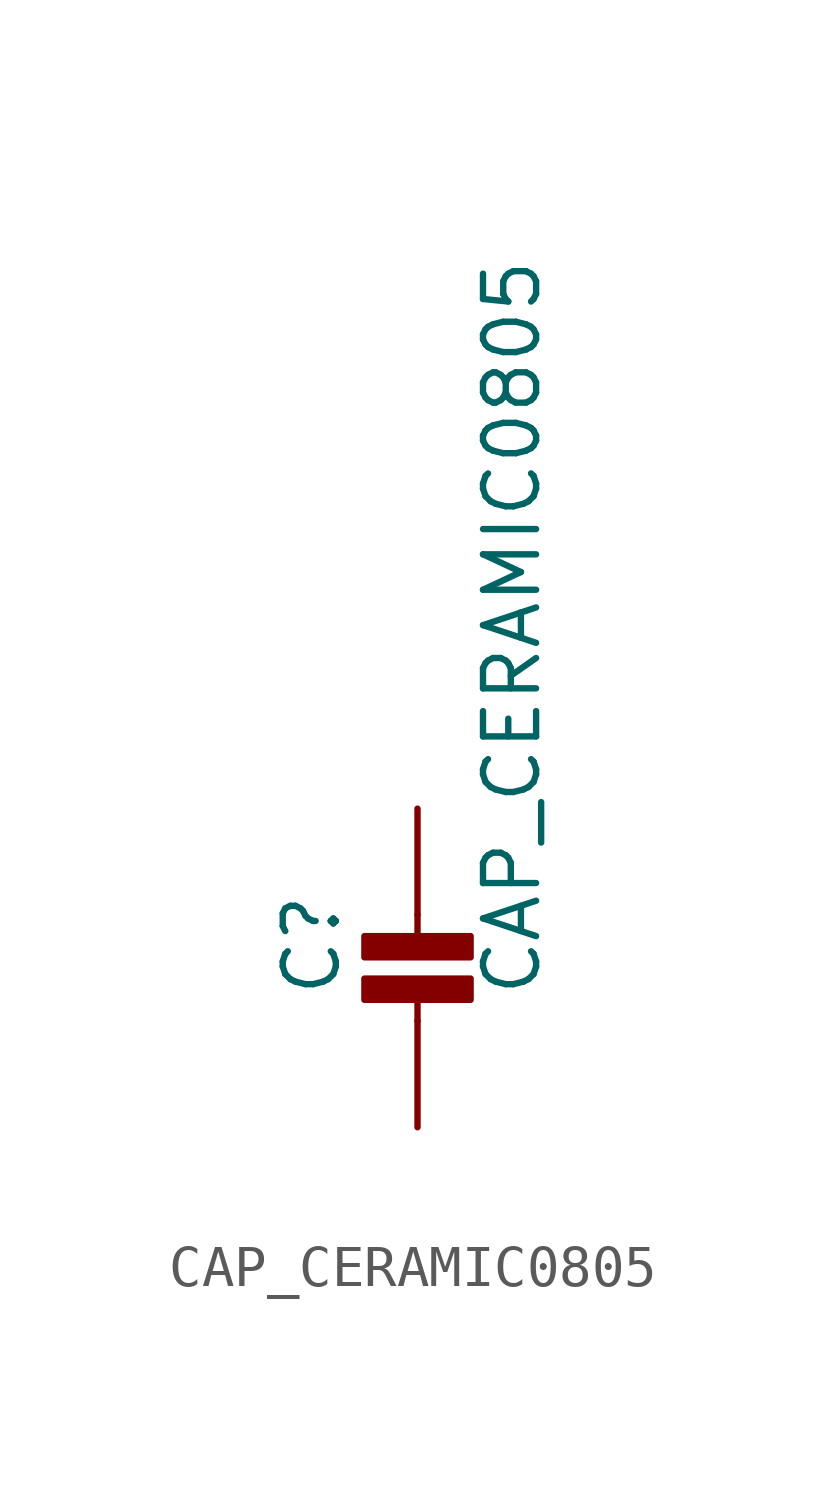
<source format=kicad_sym>
(kicad_symbol_lib
  (version 20211014)
  (generator kicad_symbol_editor)
  (symbol "CAP_CERAMIC0805"
    (property "Reference" "C"
      (at -1.79 0.54 90)
      (effects (font (size 1.27 1.27)) (justify left bottom)))
    (property "Value" "CAP_CERAMIC0805"
      (at 3 0.54 90)
      (effects (font (size 1.27 1.27)) (justify left bottom)))
    (property "ki_locked" ""
      (at 0 0 0)
      (effects (font (size 1.27 1.27))))
    (symbol "CAP_CERAMIC0805_1_0"
      (rectangle (start -1.27 0.508) (end 1.27 1.016) (stroke (width 0) (type default) (color 0 0 0 0)) (fill (type outline)))
      (rectangle (start -1.27 1.524) (end 1.27 2.032) (stroke (width 0) (type default) (color 0 0 0 0)) (fill (type outline)))
      (polyline (pts (xy 0 0.762) (xy 0 0)) (stroke (width 0.152) (type default) (color 0 0 0 0)) (fill (type none)))
      (polyline (pts (xy 0 2.54) (xy 0 1.778)) (stroke (width 0.152) (type default) (color 0 0 0 0)) (fill (type none)))
      (pin passive line (at 0 5.08 270) (length 2.54) (name "1" (effects (font (size 0 0)))) (number "1" (effects (font (size 0 0)))))
      (pin passive line (at 0 -2.54 90) (length 2.54) (name "2" (effects (font (size 0 0)))) (number "2" (effects (font (size 0 0))))))))
</source>
